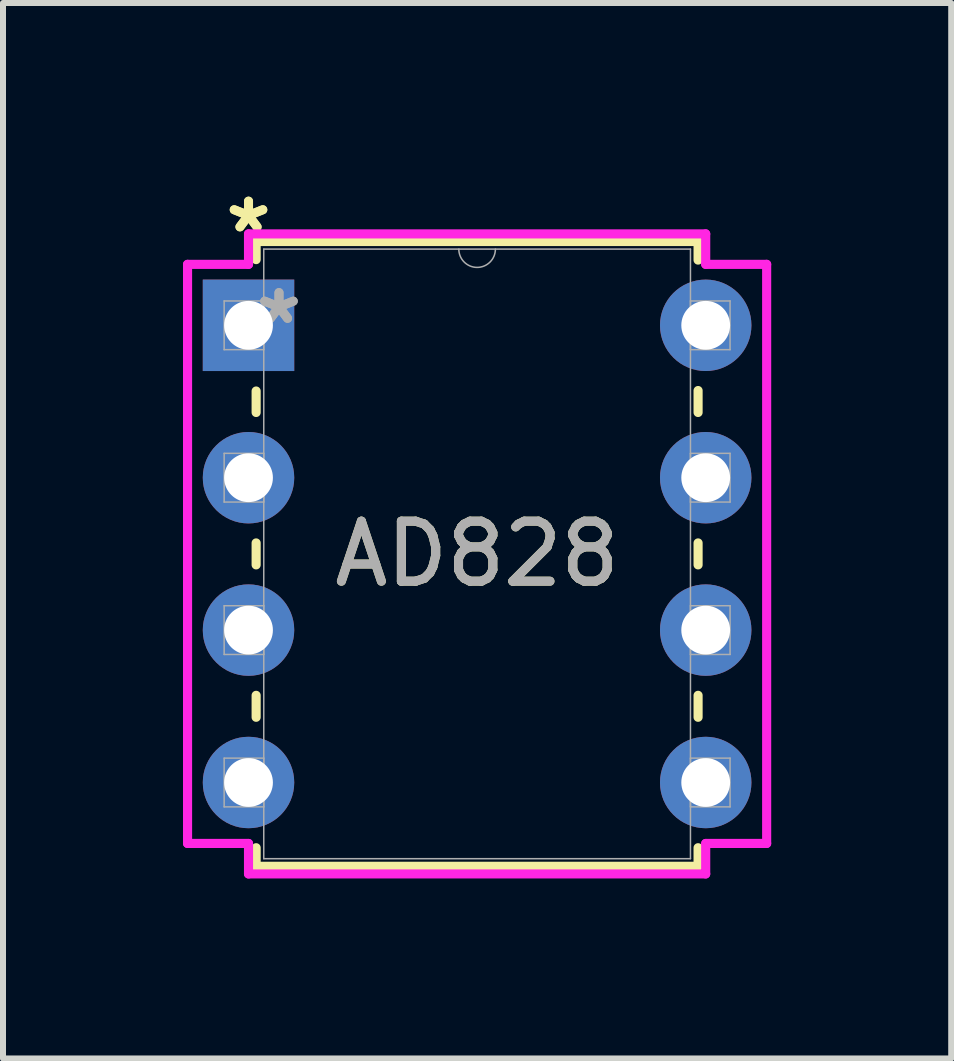
<source format=kicad_pcb>
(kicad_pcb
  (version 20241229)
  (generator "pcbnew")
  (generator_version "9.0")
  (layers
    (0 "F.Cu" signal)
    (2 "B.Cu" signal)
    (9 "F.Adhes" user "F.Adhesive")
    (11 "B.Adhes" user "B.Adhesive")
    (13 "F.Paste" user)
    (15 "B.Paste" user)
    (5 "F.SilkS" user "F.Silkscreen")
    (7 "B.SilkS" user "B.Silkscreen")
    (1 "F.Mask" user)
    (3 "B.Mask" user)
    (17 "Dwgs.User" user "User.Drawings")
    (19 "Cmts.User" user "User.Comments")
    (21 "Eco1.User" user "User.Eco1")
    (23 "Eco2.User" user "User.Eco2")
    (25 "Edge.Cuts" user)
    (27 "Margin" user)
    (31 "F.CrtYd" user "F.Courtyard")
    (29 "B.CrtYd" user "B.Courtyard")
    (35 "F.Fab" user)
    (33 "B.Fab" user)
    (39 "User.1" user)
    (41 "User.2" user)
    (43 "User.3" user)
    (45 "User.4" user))
  (footprint "AD828"
    (layer "F.Cu")
    (at 1.092 2.372)
    (property "Reference" "AD828" (at 3.81 3.81 0) (unlocked yes) (layer "F.SilkS") (effects (font (size 1 1) (thickness 0.15))))
    (attr through_hole)
    (fp_line (start 0.127 -1.397) (end 0.127 -1.095) (stroke (width 0.152) (type solid)) (layer "F.SilkS"))
    (fp_line (start 0.127 1.095) (end 0.127 1.453) (stroke (width 0.152) (type solid)) (layer "F.SilkS"))
    (fp_line (start 0.127 3.627) (end 0.127 3.993) (stroke (width 0.152) (type solid)) (layer "F.SilkS"))
    (fp_line (start 0.127 6.167) (end 0.127 6.533) (stroke (width 0.152) (type solid)) (layer "F.SilkS"))
    (fp_line (start 0.127 8.707) (end 0.127 9.017) (stroke (width 0.152) (type solid)) (layer "F.SilkS"))
    (fp_line (start 0.127 9.017) (end 7.493 9.017) (stroke (width 0.152) (type solid)) (layer "F.SilkS"))
    (fp_line (start 7.493 -1.397) (end 0.127 -1.397) (stroke (width 0.152) (type solid)) (layer "F.SilkS"))
    (fp_line (start 7.493 -1.087) (end 7.493 -1.397) (stroke (width 0.152) (type solid)) (layer "F.SilkS"))
    (fp_line (start 7.493 1.453) (end 7.493 1.087) (stroke (width 0.152) (type solid)) (layer "F.SilkS"))
    (fp_line (start 7.493 3.993) (end 7.493 3.627) (stroke (width 0.152) (type solid)) (layer "F.SilkS"))
    (fp_line (start 7.493 6.533) (end 7.493 6.167) (stroke (width 0.152) (type solid)) (layer "F.SilkS"))
    (fp_line (start 7.493 9.017) (end 7.493 8.707) (stroke (width 0.152) (type solid)) (layer "F.SilkS"))
    (fp_line (start -1.016 -1.016) (end 0 -1.016) (stroke (width 0.152) (type solid)) (layer "F.CrtYd"))
    (fp_line (start -1.016 8.636) (end -1.016 -1.016) (stroke (width 0.152) (type solid)) (layer "F.CrtYd"))
    (fp_line (start 0 -1.524) (end 7.62 -1.524) (stroke (width 0.152) (type solid)) (layer "F.CrtYd"))
    (fp_line (start 0 -1.016) (end 0 -1.524) (stroke (width 0.152) (type solid)) (layer "F.CrtYd"))
    (fp_line (start 0 8.636) (end -1.016 8.636) (stroke (width 0.152) (type solid)) (layer "F.CrtYd"))
    (fp_line (start 0 9.144) (end 0 8.636) (stroke (width 0.152) (type solid)) (layer "F.CrtYd"))
    (fp_line (start 7.62 -1.524) (end 7.62 -1.016) (stroke (width 0.152) (type solid)) (layer "F.CrtYd"))
    (fp_line (start 7.62 8.636) (end 7.62 9.144) (stroke (width 0.152) (type solid)) (layer "F.CrtYd"))
    (fp_line (start 7.62 9.144) (end 0 9.144) (stroke (width 0.152) (type solid)) (layer "F.CrtYd"))
    (fp_line (start 8.636 -1.016) (end 7.62 -1.016) (stroke (width 0.152) (type solid)) (layer "F.CrtYd"))
    (fp_line (start 8.636 -1.016) (end 8.636 8.636) (stroke (width 0.152) (type solid)) (layer "F.CrtYd"))
    (fp_line (start 8.636 8.636) (end 7.62 8.636) (stroke (width 0.152) (type solid)) (layer "F.CrtYd"))
    (fp_line (start -0.406 -0.406) (end -0.406 0.406) (stroke (width 0.025) (type solid)) (layer "F.Fab"))
    (fp_line (start -0.406 0.406) (end 0.254 0.406) (stroke (width 0.025) (type solid)) (layer "F.Fab"))
    (fp_line (start -0.406 2.134) (end -0.406 2.946) (stroke (width 0.025) (type solid)) (layer "F.Fab"))
    (fp_line (start -0.406 2.946) (end 0.254 2.946) (stroke (width 0.025) (type solid)) (layer "F.Fab"))
    (fp_line (start -0.406 4.674) (end -0.406 5.486) (stroke (width 0.025) (type solid)) (layer "F.Fab"))
    (fp_line (start -0.406 5.486) (end 0.254 5.486) (stroke (width 0.025) (type solid)) (layer "F.Fab"))
    (fp_line (start -0.406 7.214) (end -0.406 8.026) (stroke (width 0.025) (type solid)) (layer "F.Fab"))
    (fp_line (start -0.406 8.026) (end 0.254 8.026) (stroke (width 0.025) (type solid)) (layer "F.Fab"))
    (fp_line (start 0.254 -1.27) (end 0.254 8.89) (stroke (width 0.025) (type solid)) (layer "F.Fab"))
    (fp_line (start 0.254 -0.406) (end -0.406 -0.406) (stroke (width 0.025) (type solid)) (layer "F.Fab"))
    (fp_line (start 0.254 0.406) (end 0.254 -0.406) (stroke (width 0.025) (type solid)) (layer "F.Fab"))
    (fp_line (start 0.254 2.134) (end -0.406 2.134) (stroke (width 0.025) (type solid)) (layer "F.Fab"))
    (fp_line (start 0.254 2.946) (end 0.254 2.134) (stroke (width 0.025) (type solid)) (layer "F.Fab"))
    (fp_line (start 0.254 4.674) (end -0.406 4.674) (stroke (width 0.025) (type solid)) (layer "F.Fab"))
    (fp_line (start 0.254 5.486) (end 0.254 4.674) (stroke (width 0.025) (type solid)) (layer "F.Fab"))
    (fp_line (start 0.254 7.214) (end -0.406 7.214) (stroke (width 0.025) (type solid)) (layer "F.Fab"))
    (fp_line (start 0.254 8.026) (end 0.254 7.214) (stroke (width 0.025) (type solid)) (layer "F.Fab"))
    (fp_line (start 0.254 8.89) (end 7.366 8.89) (stroke (width 0.025) (type solid)) (layer "F.Fab"))
    (fp_line (start 7.366 -1.27) (end 0.254 -1.27) (stroke (width 0.025) (type solid)) (layer "F.Fab"))
    (fp_line (start 7.366 -0.406) (end 7.366 0.406) (stroke (width 0.025) (type solid)) (layer "F.Fab"))
    (fp_line (start 7.366 0.406) (end 8.026 0.406) (stroke (width 0.025) (type solid)) (layer "F.Fab"))
    (fp_line (start 7.366 2.134) (end 7.366 2.946) (stroke (width 0.025) (type solid)) (layer "F.Fab"))
    (fp_line (start 7.366 2.946) (end 8.026 2.946) (stroke (width 0.025) (type solid)) (layer "F.Fab"))
    (fp_line (start 7.366 4.674) (end 7.366 5.486) (stroke (width 0.025) (type solid)) (layer "F.Fab"))
    (fp_line (start 7.366 5.486) (end 8.026 5.486) (stroke (width 0.025) (type solid)) (layer "F.Fab"))
    (fp_line (start 7.366 7.214) (end 7.366 8.026) (stroke (width 0.025) (type solid)) (layer "F.Fab"))
    (fp_line (start 7.366 8.026) (end 8.026 8.026) (stroke (width 0.025) (type solid)) (layer "F.Fab"))
    (fp_line (start 7.366 8.89) (end 7.366 -1.27) (stroke (width 0.025) (type solid)) (layer "F.Fab"))
    (fp_line (start 8.026 -0.406) (end 7.366 -0.406) (stroke (width 0.025) (type solid)) (layer "F.Fab"))
    (fp_line (start 8.026 0.406) (end 8.026 -0.406) (stroke (width 0.025) (type solid)) (layer "F.Fab"))
    (fp_line (start 8.026 2.134) (end 7.366 2.134) (stroke (width 0.025) (type solid)) (layer "F.Fab"))
    (fp_line (start 8.026 2.946) (end 8.026 2.134) (stroke (width 0.025) (type solid)) (layer "F.Fab"))
    (fp_line (start 8.026 4.674) (end 7.366 4.674) (stroke (width 0.025) (type solid)) (layer "F.Fab"))
    (fp_line (start 8.026 5.486) (end 8.026 4.674) (stroke (width 0.025) (type solid)) (layer "F.Fab"))
    (fp_line (start 8.026 7.214) (end 7.366 7.214) (stroke (width 0.025) (type solid)) (layer "F.Fab"))
    (fp_line (start 8.026 8.026) (end 8.026 7.214) (stroke (width 0.025) (type solid)) (layer "F.Fab"))
    (fp_arc (start 4.1148 -1.27) (mid 3.81 -0.9652) (end 3.5052 -1.27) (stroke (width 0.0254) (type solid)) (layer "F.Fab"))
    (fp_text user "*" (at 0 -1.524 0) (layer "F.SilkS") (effects (font (size 1 1) (thickness 0.15))))
    (fp_text user "*" (at 0 -1.524 0) (unlocked yes) (layer "F.SilkS") (effects (font (size 1 1) (thickness 0.15))))
    (fp_text user "*" (at 0.508 0 0) (unlocked yes) (layer "F.Fab") (effects (font (size 1 1) (thickness 0.15))))
    (fp_text user "*" (at 0.508 0 0) (layer "F.Fab") (effects (font (size 1 1) (thickness 0.15))))
    (fp_text user "${REFERENCE}" (at 3.81 3.81 0) (unlocked yes) (layer "F.Fab") (effects (font (size 1 1) (thickness 0.15))))
    (pad "1" thru_hole rect (at 0 0) (size 1.524 1.524) (drill 0.813) (layers "*.Cu" "*.Mask"))
    (pad "2" thru_hole circle (at 0 2.54) (size 1.524 1.524) (drill 0.813) (layers "*.Cu" "*.Mask"))
    (pad "3" thru_hole circle (at 0 5.08) (size 1.524 1.524) (drill 0.813) (layers "*.Cu" "*.Mask"))
    (pad "4" thru_hole circle (at 0 7.62) (size 1.524 1.524) (drill 0.813) (layers "*.Cu" "*.Mask"))
    (pad "5" thru_hole circle (at 7.62 7.62) (size 1.524 1.524) (drill 0.813) (layers "*.Cu" "*.Mask"))
    (pad "6" thru_hole circle (at 7.62 5.08) (size 1.524 1.524) (drill 0.813) (layers "*.Cu" "*.Mask"))
    (pad "7" thru_hole circle (at 7.62 2.54) (size 1.524 1.524) (drill 0.813) (layers "*.Cu" "*.Mask"))
    (pad "8" thru_hole circle (at 7.62 0) (size 1.524 1.524) (drill 0.813) (layers "*.Cu" "*.Mask")))
  (gr_rect
    (start -3 -3)
    (end 12.804 14.592)
    (stroke (width 0.1) (type default))
    (fill no)
    (layer "Edge.Cuts")))
</source>
